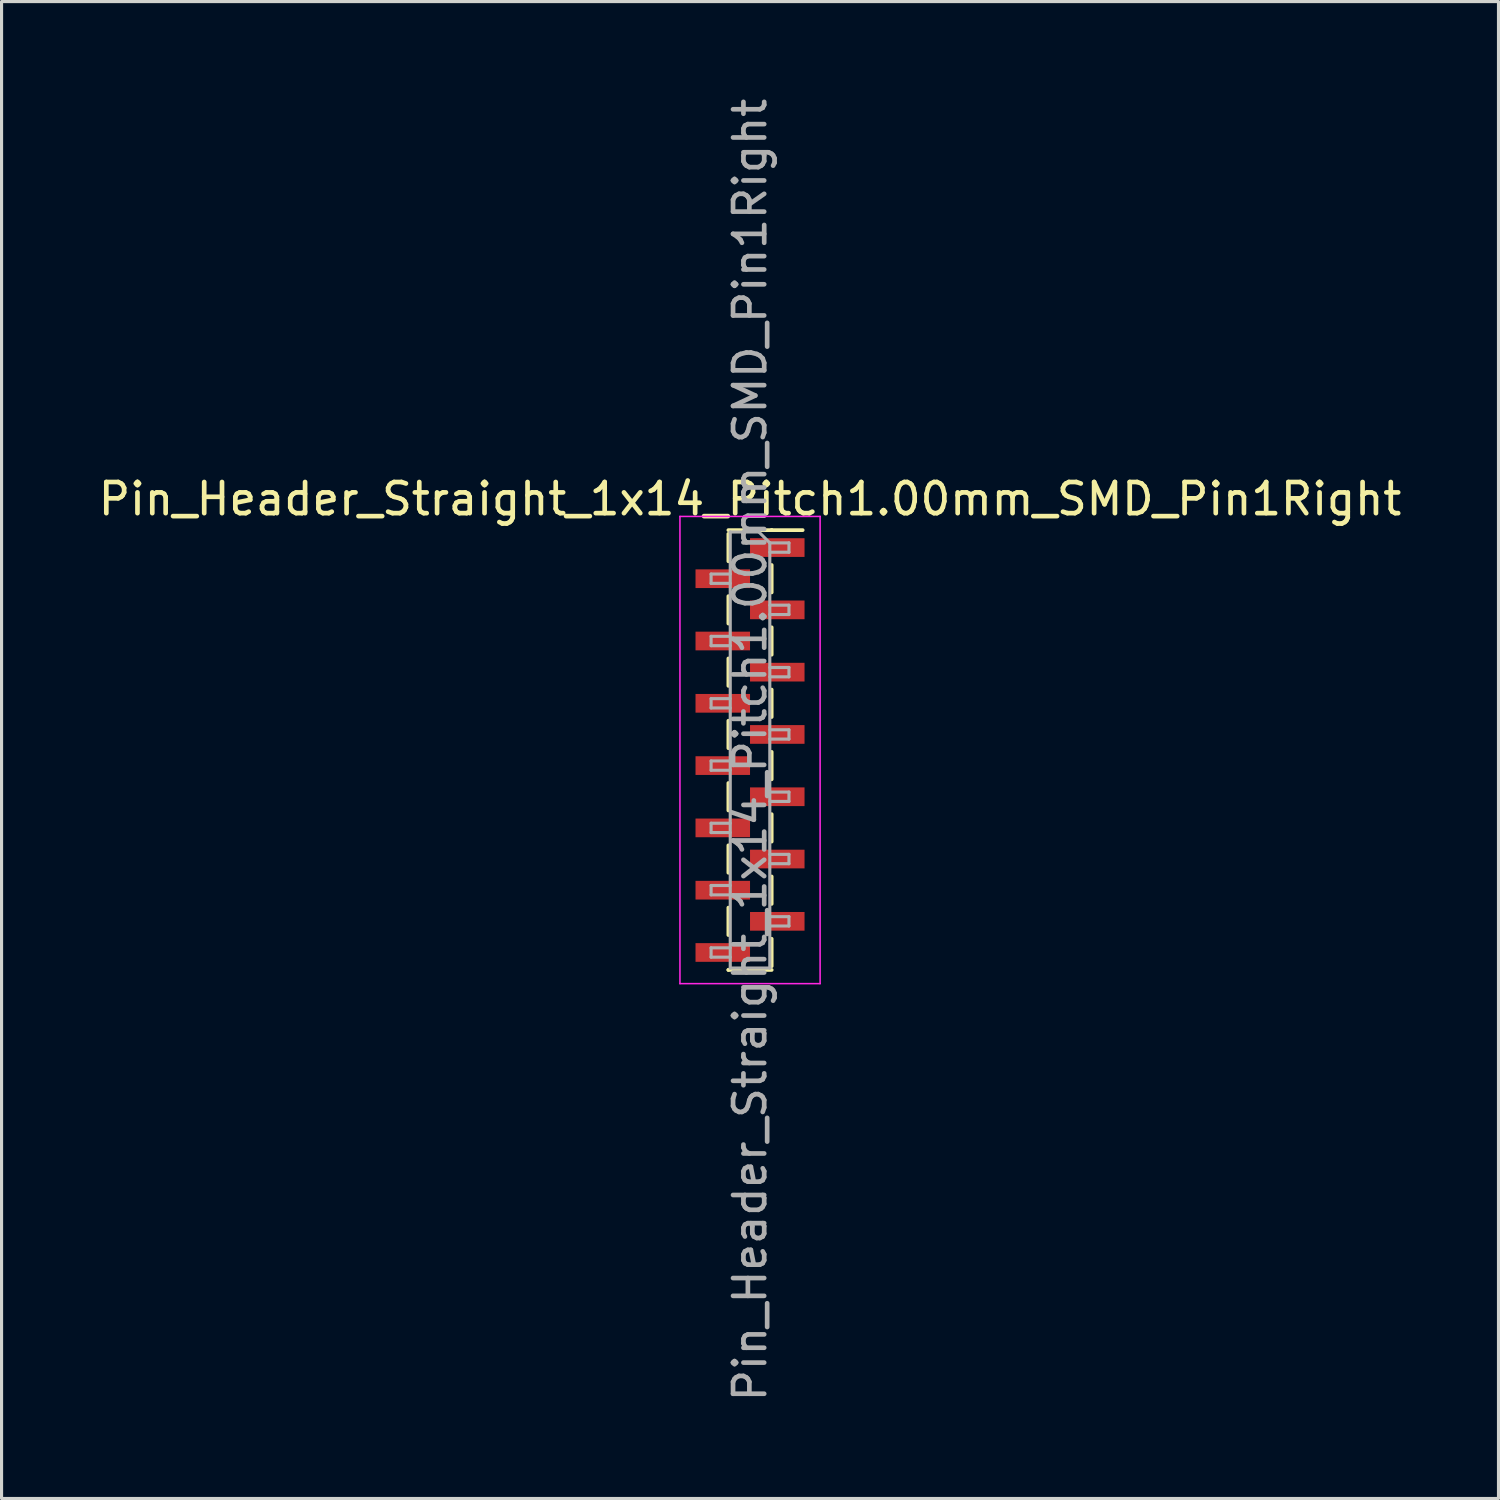
<source format=kicad_pcb>
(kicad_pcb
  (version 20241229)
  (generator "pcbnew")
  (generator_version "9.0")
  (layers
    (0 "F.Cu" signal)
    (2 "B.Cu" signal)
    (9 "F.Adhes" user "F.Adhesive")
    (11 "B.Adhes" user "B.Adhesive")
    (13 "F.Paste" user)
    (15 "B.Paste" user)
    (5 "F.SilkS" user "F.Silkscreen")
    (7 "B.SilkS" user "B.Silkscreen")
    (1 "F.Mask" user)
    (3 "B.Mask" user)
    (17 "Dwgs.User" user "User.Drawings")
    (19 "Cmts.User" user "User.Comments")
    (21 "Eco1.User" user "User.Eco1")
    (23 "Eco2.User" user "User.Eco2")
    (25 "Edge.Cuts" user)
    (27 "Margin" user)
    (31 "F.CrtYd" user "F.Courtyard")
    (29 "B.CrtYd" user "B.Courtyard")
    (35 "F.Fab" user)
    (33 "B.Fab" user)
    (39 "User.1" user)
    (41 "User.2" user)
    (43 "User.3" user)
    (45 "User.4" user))
  (footprint "Pin_Header_Straight_1x14_Pitch1.00mm_SMD_Pin1Right"
    (layer "F.Cu")
    (at 21.03 21.03)
    (property "Reference" "Pin_Header_Straight_1x14_Pitch1.00mm_SMD_Pin1Right" (at 0 -8.06 0) (layer "F.SilkS") (effects (font (size 1 1) (thickness 0.15))))
    (attr smd)
    (fp_line (start -0.695 -7.06) (end 0.695 -7.06) (stroke (width 0.12) (type solid)) (layer "F.SilkS"))
    (fp_line (start -0.695 -6.94) (end -0.695 -6.06) (stroke (width 0.12) (type solid)) (layer "F.SilkS"))
    (fp_line (start -0.695 -4.94) (end -0.695 -4.06) (stroke (width 0.12) (type solid)) (layer "F.SilkS"))
    (fp_line (start -0.695 -2.94) (end -0.695 -2.06) (stroke (width 0.12) (type solid)) (layer "F.SilkS"))
    (fp_line (start -0.695 -0.94) (end -0.695 -0.06) (stroke (width 0.12) (type solid)) (layer "F.SilkS"))
    (fp_line (start -0.695 1.06) (end -0.695 1.94) (stroke (width 0.12) (type solid)) (layer "F.SilkS"))
    (fp_line (start -0.695 3.06) (end -0.695 3.94) (stroke (width 0.12) (type solid)) (layer "F.SilkS"))
    (fp_line (start -0.695 5.06) (end -0.695 5.94) (stroke (width 0.12) (type solid)) (layer "F.SilkS"))
    (fp_line (start -0.695 7.06) (end -0.695 7.06) (stroke (width 0.12) (type solid)) (layer "F.SilkS"))
    (fp_line (start -0.695 7.06) (end 0.695 7.06) (stroke (width 0.12) (type solid)) (layer "F.SilkS"))
    (fp_line (start 0.695 -7.06) (end 0.695 -7.06) (stroke (width 0.12) (type solid)) (layer "F.SilkS"))
    (fp_line (start 0.695 -7.06) (end 1.69 -7.06) (stroke (width 0.12) (type solid)) (layer "F.SilkS"))
    (fp_line (start 0.695 -5.94) (end 0.695 -5.06) (stroke (width 0.12) (type solid)) (layer "F.SilkS"))
    (fp_line (start 0.695 -3.94) (end 0.695 -3.06) (stroke (width 0.12) (type solid)) (layer "F.SilkS"))
    (fp_line (start 0.695 -1.94) (end 0.695 -1.06) (stroke (width 0.12) (type solid)) (layer "F.SilkS"))
    (fp_line (start 0.695 0.06) (end 0.695 0.94) (stroke (width 0.12) (type solid)) (layer "F.SilkS"))
    (fp_line (start 0.695 2.06) (end 0.695 2.94) (stroke (width 0.12) (type solid)) (layer "F.SilkS"))
    (fp_line (start 0.695 4.06) (end 0.695 4.94) (stroke (width 0.12) (type solid)) (layer "F.SilkS"))
    (fp_line (start 0.695 6.06) (end 0.695 6.94) (stroke (width 0.12) (type solid)) (layer "F.SilkS"))
    (fp_line (start -2.25 -7.5) (end -2.25 7.5) (stroke (width 0.05) (type solid)) (layer "F.CrtYd"))
    (fp_line (start -2.25 7.5) (end 2.25 7.5) (stroke (width 0.05) (type solid)) (layer "F.CrtYd"))
    (fp_line (start 2.25 -7.5) (end -2.25 -7.5) (stroke (width 0.05) (type solid)) (layer "F.CrtYd"))
    (fp_line (start 2.25 7.5) (end 2.25 -7.5) (stroke (width 0.05) (type solid)) (layer "F.CrtYd"))
    (fp_line (start -1.25 -5.65) (end -1.25 -5.35) (stroke (width 0.1) (type solid)) (layer "F.Fab"))
    (fp_line (start -1.25 -5.35) (end -0.635 -5.35) (stroke (width 0.1) (type solid)) (layer "F.Fab"))
    (fp_line (start -1.25 -3.65) (end -1.25 -3.35) (stroke (width 0.1) (type solid)) (layer "F.Fab"))
    (fp_line (start -1.25 -3.35) (end -0.635 -3.35) (stroke (width 0.1) (type solid)) (layer "F.Fab"))
    (fp_line (start -1.25 -1.65) (end -1.25 -1.35) (stroke (width 0.1) (type solid)) (layer "F.Fab"))
    (fp_line (start -1.25 -1.35) (end -0.635 -1.35) (stroke (width 0.1) (type solid)) (layer "F.Fab"))
    (fp_line (start -1.25 0.35) (end -1.25 0.65) (stroke (width 0.1) (type solid)) (layer "F.Fab"))
    (fp_line (start -1.25 0.65) (end -0.635 0.65) (stroke (width 0.1) (type solid)) (layer "F.Fab"))
    (fp_line (start -1.25 2.35) (end -1.25 2.65) (stroke (width 0.1) (type solid)) (layer "F.Fab"))
    (fp_line (start -1.25 2.65) (end -0.635 2.65) (stroke (width 0.1) (type solid)) (layer "F.Fab"))
    (fp_line (start -1.25 4.35) (end -1.25 4.65) (stroke (width 0.1) (type solid)) (layer "F.Fab"))
    (fp_line (start -1.25 4.65) (end -0.635 4.65) (stroke (width 0.1) (type solid)) (layer "F.Fab"))
    (fp_line (start -1.25 6.35) (end -1.25 6.65) (stroke (width 0.1) (type solid)) (layer "F.Fab"))
    (fp_line (start -1.25 6.65) (end -0.635 6.65) (stroke (width 0.1) (type solid)) (layer "F.Fab"))
    (fp_line (start -0.635 -7) (end -0.635 7) (stroke (width 0.1) (type solid)) (layer "F.Fab"))
    (fp_line (start -0.635 -7) (end 0.285 -7) (stroke (width 0.1) (type solid)) (layer "F.Fab"))
    (fp_line (start -0.635 -5.65) (end -1.25 -5.65) (stroke (width 0.1) (type solid)) (layer "F.Fab"))
    (fp_line (start -0.635 -3.65) (end -1.25 -3.65) (stroke (width 0.1) (type solid)) (layer "F.Fab"))
    (fp_line (start -0.635 -1.65) (end -1.25 -1.65) (stroke (width 0.1) (type solid)) (layer "F.Fab"))
    (fp_line (start -0.635 0.35) (end -1.25 0.35) (stroke (width 0.1) (type solid)) (layer "F.Fab"))
    (fp_line (start -0.635 2.35) (end -1.25 2.35) (stroke (width 0.1) (type solid)) (layer "F.Fab"))
    (fp_line (start -0.635 4.35) (end -1.25 4.35) (stroke (width 0.1) (type solid)) (layer "F.Fab"))
    (fp_line (start -0.635 6.35) (end -1.25 6.35) (stroke (width 0.1) (type solid)) (layer "F.Fab"))
    (fp_line (start 0.635 -6.65) (end 0.285 -7) (stroke (width 0.1) (type solid)) (layer "F.Fab"))
    (fp_line (start 0.635 -6.65) (end 1.25 -6.65) (stroke (width 0.1) (type solid)) (layer "F.Fab"))
    (fp_line (start 0.635 -4.65) (end 1.25 -4.65) (stroke (width 0.1) (type solid)) (layer "F.Fab"))
    (fp_line (start 0.635 -2.65) (end 1.25 -2.65) (stroke (width 0.1) (type solid)) (layer "F.Fab"))
    (fp_line (start 0.635 -0.65) (end 1.25 -0.65) (stroke (width 0.1) (type solid)) (layer "F.Fab"))
    (fp_line (start 0.635 1.35) (end 1.25 1.35) (stroke (width 0.1) (type solid)) (layer "F.Fab"))
    (fp_line (start 0.635 3.35) (end 1.25 3.35) (stroke (width 0.1) (type solid)) (layer "F.Fab"))
    (fp_line (start 0.635 5.35) (end 1.25 5.35) (stroke (width 0.1) (type solid)) (layer "F.Fab"))
    (fp_line (start 0.635 7) (end -0.635 7) (stroke (width 0.1) (type solid)) (layer "F.Fab"))
    (fp_line (start 0.635 7) (end 0.635 -6.65) (stroke (width 0.1) (type solid)) (layer "F.Fab"))
    (fp_line (start 1.25 -6.65) (end 1.25 -6.35) (stroke (width 0.1) (type solid)) (layer "F.Fab"))
    (fp_line (start 1.25 -6.35) (end 0.635 -6.35) (stroke (width 0.1) (type solid)) (layer "F.Fab"))
    (fp_line (start 1.25 -4.65) (end 1.25 -4.35) (stroke (width 0.1) (type solid)) (layer "F.Fab"))
    (fp_line (start 1.25 -4.35) (end 0.635 -4.35) (stroke (width 0.1) (type solid)) (layer "F.Fab"))
    (fp_line (start 1.25 -2.65) (end 1.25 -2.35) (stroke (width 0.1) (type solid)) (layer "F.Fab"))
    (fp_line (start 1.25 -2.35) (end 0.635 -2.35) (stroke (width 0.1) (type solid)) (layer "F.Fab"))
    (fp_line (start 1.25 -0.65) (end 1.25 -0.35) (stroke (width 0.1) (type solid)) (layer "F.Fab"))
    (fp_line (start 1.25 -0.35) (end 0.635 -0.35) (stroke (width 0.1) (type solid)) (layer "F.Fab"))
    (fp_line (start 1.25 1.35) (end 1.25 1.65) (stroke (width 0.1) (type solid)) (layer "F.Fab"))
    (fp_line (start 1.25 1.65) (end 0.635 1.65) (stroke (width 0.1) (type solid)) (layer "F.Fab"))
    (fp_line (start 1.25 3.35) (end 1.25 3.65) (stroke (width 0.1) (type solid)) (layer "F.Fab"))
    (fp_line (start 1.25 3.65) (end 0.635 3.65) (stroke (width 0.1) (type solid)) (layer "F.Fab"))
    (fp_line (start 1.25 5.35) (end 1.25 5.65) (stroke (width 0.1) (type solid)) (layer "F.Fab"))
    (fp_line (start 1.25 5.65) (end 0.635 5.65) (stroke (width 0.1) (type solid)) (layer "F.Fab"))
    (fp_text user "${REFERENCE}" (at 0 0 90) (layer "F.Fab") (effects (font (size 1 1) (thickness 0.15))))
    (pad "1" smd rect (at 0.875 -6.5) (size 1.75 0.6) (layers "F.Cu" "F.Mask" "F.Paste"))
    (pad "2" smd rect (at -0.875 -5.5) (size 1.75 0.6) (layers "F.Cu" "F.Mask" "F.Paste"))
    (pad "3" smd rect (at 0.875 -4.5) (size 1.75 0.6) (layers "F.Cu" "F.Mask" "F.Paste"))
    (pad "4" smd rect (at -0.875 -3.5) (size 1.75 0.6) (layers "F.Cu" "F.Mask" "F.Paste"))
    (pad "5" smd rect (at 0.875 -2.5) (size 1.75 0.6) (layers "F.Cu" "F.Mask" "F.Paste"))
    (pad "6" smd rect (at -0.875 -1.5) (size 1.75 0.6) (layers "F.Cu" "F.Mask" "F.Paste"))
    (pad "7" smd rect (at 0.875 -0.5) (size 1.75 0.6) (layers "F.Cu" "F.Mask" "F.Paste"))
    (pad "8" smd rect (at -0.875 0.5) (size 1.75 0.6) (layers "F.Cu" "F.Mask" "F.Paste"))
    (pad "9" smd rect (at 0.875 1.5) (size 1.75 0.6) (layers "F.Cu" "F.Mask" "F.Paste"))
    (pad "10" smd rect (at -0.875 2.5) (size 1.75 0.6) (layers "F.Cu" "F.Mask" "F.Paste"))
    (pad "11" smd rect (at 0.875 3.5) (size 1.75 0.6) (layers "F.Cu" "F.Mask" "F.Paste"))
    (pad "12" smd rect (at -0.875 4.5) (size 1.75 0.6) (layers "F.Cu" "F.Mask" "F.Paste"))
    (pad "13" smd rect (at 0.875 5.5) (size 1.75 0.6) (layers "F.Cu" "F.Mask" "F.Paste"))
    (pad "14" smd rect (at -0.875 6.5) (size 1.75 0.6) (layers "F.Cu" "F.Mask" "F.Paste")))
  (gr_rect
    (start -3 -3)
    (end 45.06 45.06)
    (stroke (width 0.1) (type default))
    (fill no)
    (layer "Edge.Cuts")))
</source>
